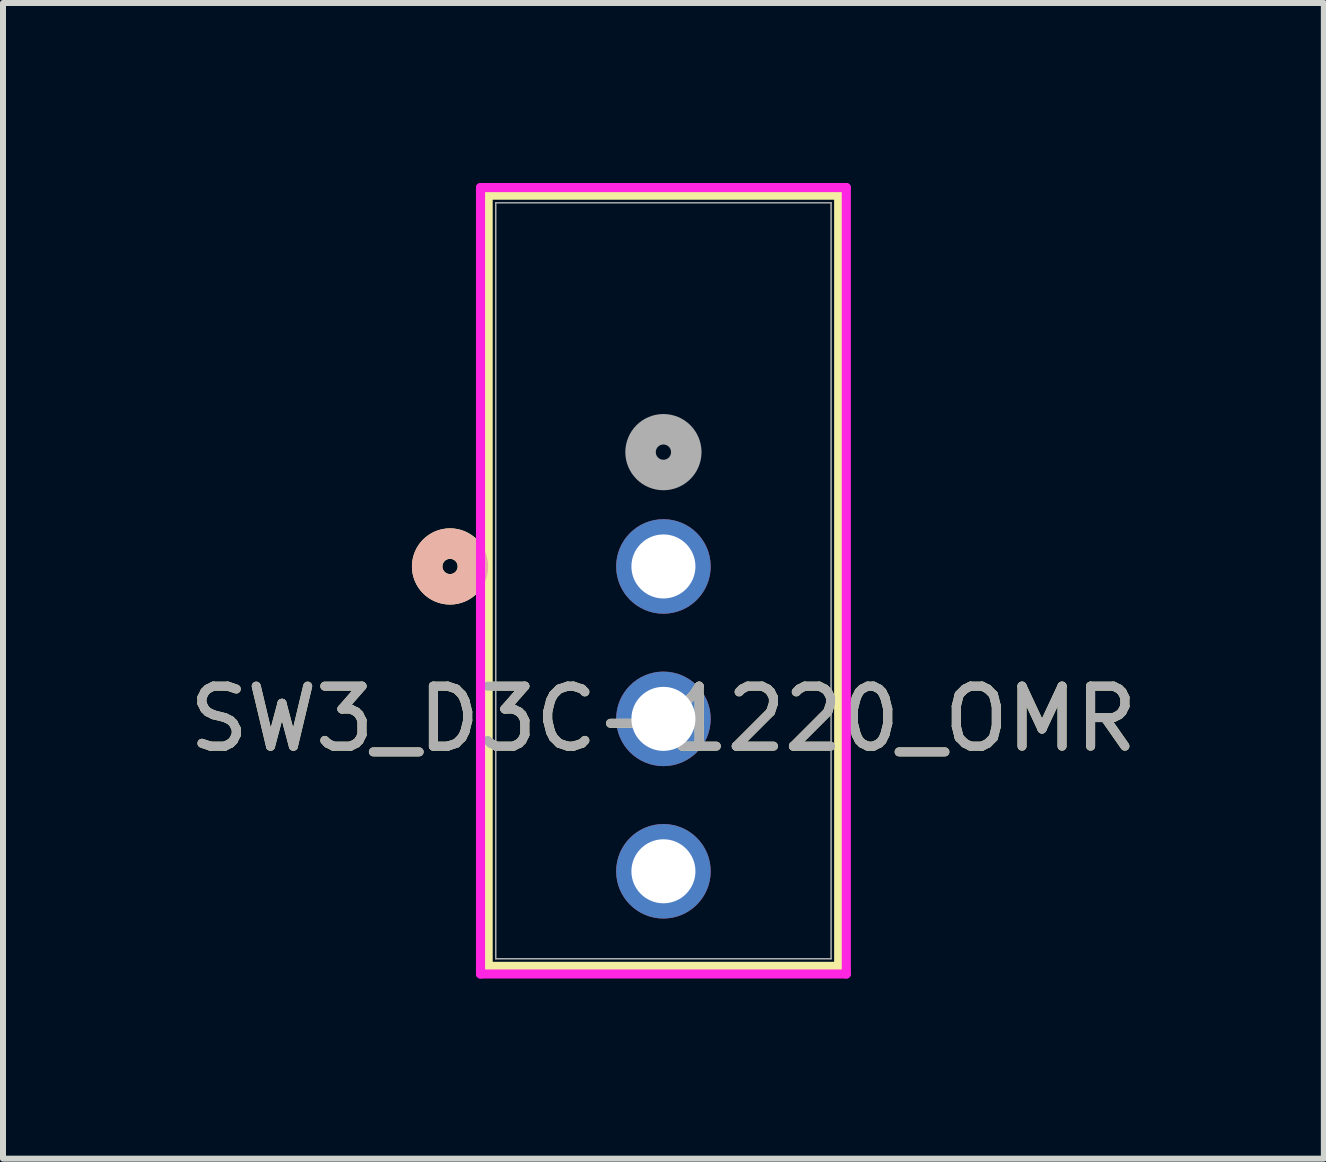
<source format=kicad_pcb>
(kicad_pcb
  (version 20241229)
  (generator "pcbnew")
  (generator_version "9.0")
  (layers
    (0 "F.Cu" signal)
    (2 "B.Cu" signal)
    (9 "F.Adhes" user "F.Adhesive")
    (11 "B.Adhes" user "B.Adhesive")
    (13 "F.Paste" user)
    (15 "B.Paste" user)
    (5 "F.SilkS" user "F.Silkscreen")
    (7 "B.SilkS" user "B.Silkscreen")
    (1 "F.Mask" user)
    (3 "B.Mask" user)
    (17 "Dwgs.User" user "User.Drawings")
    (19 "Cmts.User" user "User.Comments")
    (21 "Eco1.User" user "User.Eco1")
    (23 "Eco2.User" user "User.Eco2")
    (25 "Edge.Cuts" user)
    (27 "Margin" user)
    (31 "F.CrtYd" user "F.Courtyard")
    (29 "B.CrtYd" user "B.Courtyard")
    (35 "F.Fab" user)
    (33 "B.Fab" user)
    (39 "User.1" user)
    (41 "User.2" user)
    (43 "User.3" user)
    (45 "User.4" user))
  (footprint "SW3_D3C-1220_OMR"
    (layer "F.Cu")
    (at 8.006 6.39)
    (property "Reference" "SW3_D3C-1220_OMR" (at 0 2.54 0) (unlocked yes) (layer "F.SilkS") (effects (font (size 1 1) (thickness 0.15))))
    (attr through_hole)
    (fp_line (start -2.921 -6.187) (end -2.921 6.665) (stroke (width 0.152) (type solid)) (layer "F.SilkS"))
    (fp_line (start -2.921 6.665) (end 2.921 6.665) (stroke (width 0.152) (type solid)) (layer "F.SilkS"))
    (fp_line (start 2.921 -6.187) (end -2.921 -6.187) (stroke (width 0.152) (type solid)) (layer "F.SilkS"))
    (fp_line (start 2.921 6.665) (end 2.921 -6.187) (stroke (width 0.152) (type solid)) (layer "F.SilkS"))
    (fp_circle (center -3.556 0) (end -3.175 0) (stroke (width 0.508) (type solid)) (fill no) (layer "F.SilkS"))
    (fp_circle (center -3.556 0) (end -3.175 0) (stroke (width 0.508) (type solid)) (fill no) (layer "B.SilkS"))
    (fp_line (start -3.048 -6.314) (end -3.048 6.792) (stroke (width 0.152) (type solid)) (layer "F.CrtYd"))
    (fp_line (start -3.048 6.792) (end 3.048 6.792) (stroke (width 0.152) (type solid)) (layer "F.CrtYd"))
    (fp_line (start 3.048 -6.314) (end -3.048 -6.314) (stroke (width 0.152) (type solid)) (layer "F.CrtYd"))
    (fp_line (start 3.048 6.792) (end 3.048 -6.314) (stroke (width 0.152) (type solid)) (layer "F.CrtYd"))
    (fp_line (start -2.794 -6.06) (end -2.794 6.538) (stroke (width 0.025) (type solid)) (layer "F.Fab"))
    (fp_line (start -2.794 6.538) (end 2.794 6.538) (stroke (width 0.025) (type solid)) (layer "F.Fab"))
    (fp_line (start 2.794 -6.06) (end -2.794 -6.06) (stroke (width 0.025) (type solid)) (layer "F.Fab"))
    (fp_line (start 2.794 6.538) (end 2.794 -6.06) (stroke (width 0.025) (type solid)) (layer "F.Fab"))
    (fp_circle (center 0 -1.905) (end 0.381 -1.905) (stroke (width 0.508) (type solid)) (fill no) (layer "F.Fab"))
    (fp_text user "${REFERENCE}" (at 0 2.54 0) (unlocked yes) (layer "F.Fab") (effects (font (size 1 1) (thickness 0.15))))
    (pad "1" thru_hole circle (at 0 0) (size 1.575 1.575) (drill 1.067) (layers "*.Cu" "*.Mask"))
    (pad "2" thru_hole circle (at 0 2.54) (size 1.575 1.575) (drill 1.067) (layers "*.Cu" "*.Mask"))
    (pad "3" thru_hole circle (at 0 5.08) (size 1.575 1.575) (drill 1.067) (layers "*.Cu" "*.Mask")))
  (gr_rect
    (start -3 -3)
    (end 19.012 16.259)
    (stroke (width 0.1) (type default))
    (fill no)
    (layer "Edge.Cuts")))
</source>
